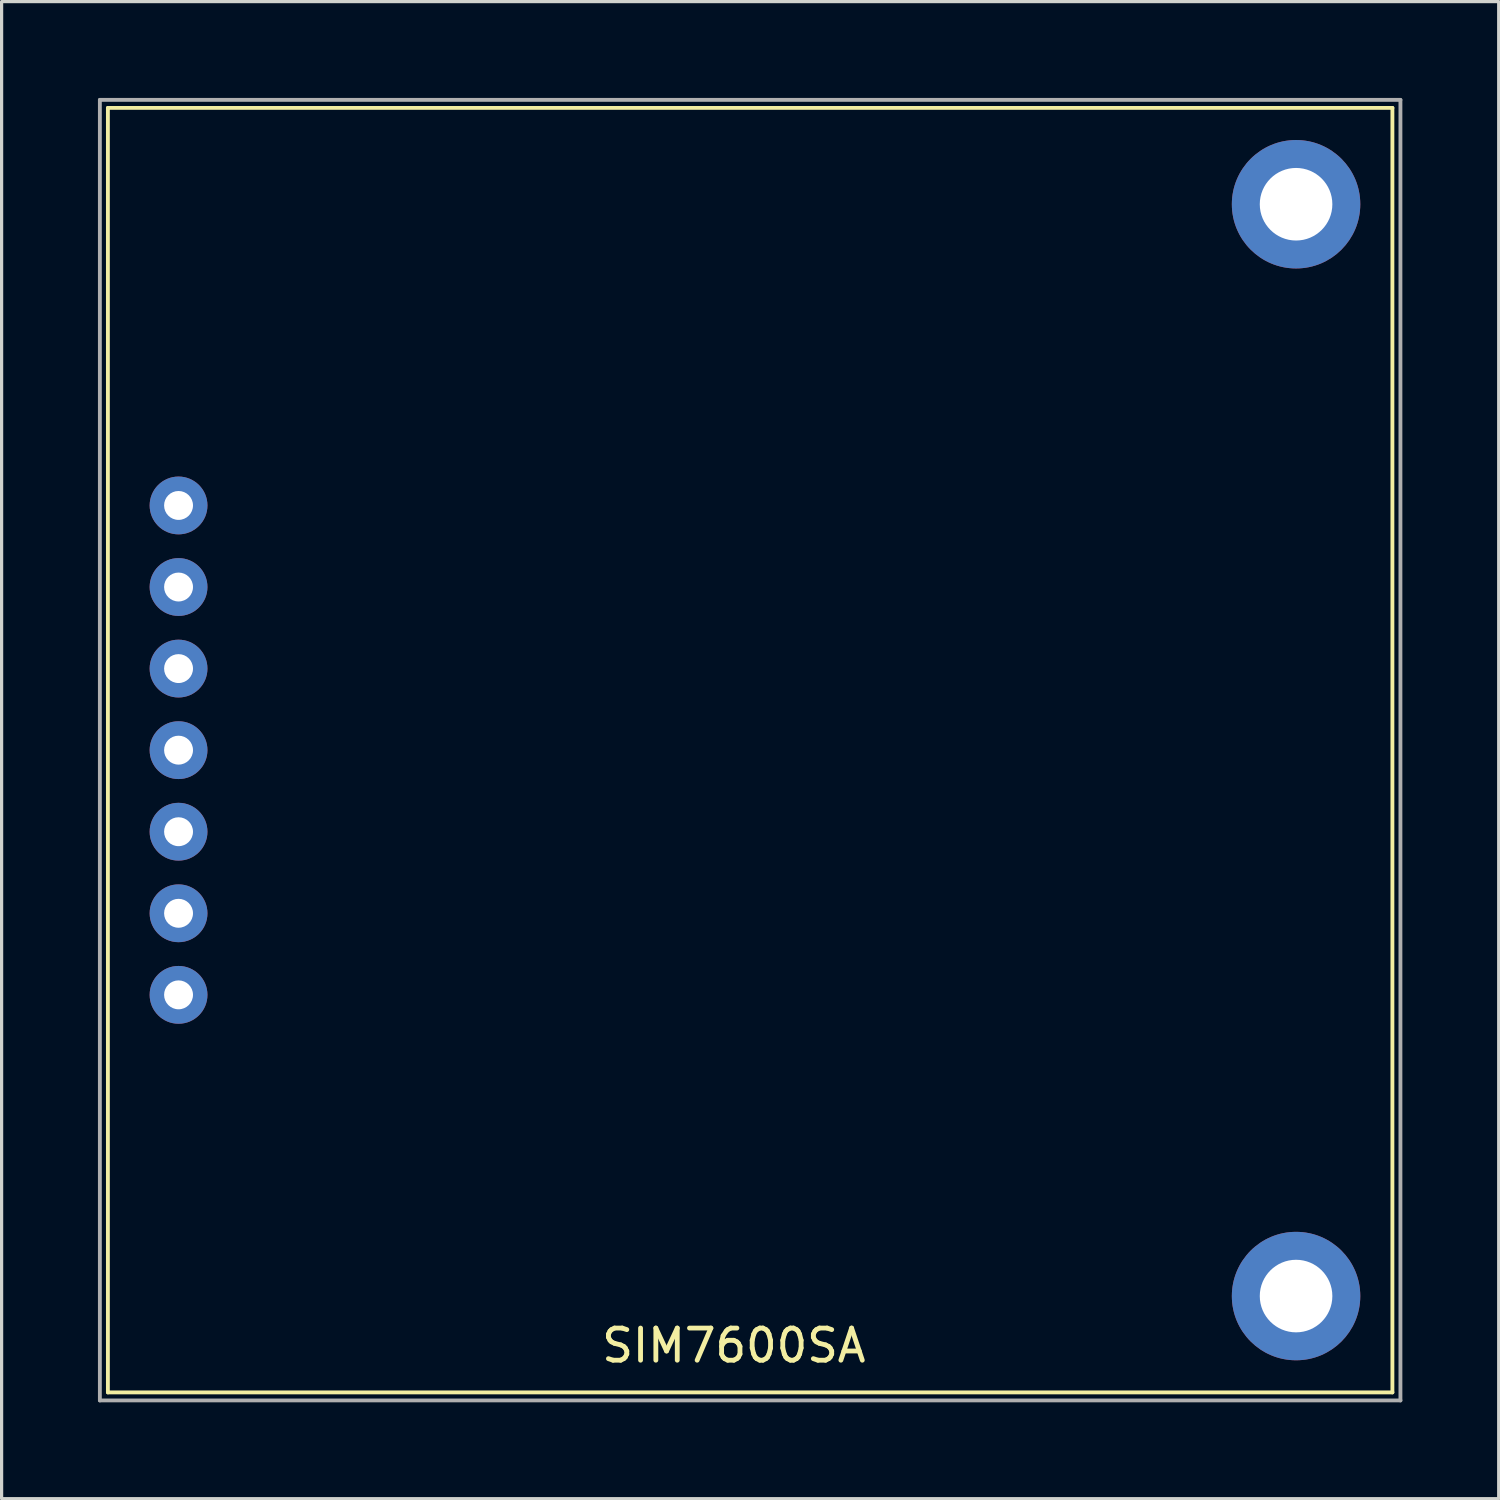
<source format=kicad_pcb>
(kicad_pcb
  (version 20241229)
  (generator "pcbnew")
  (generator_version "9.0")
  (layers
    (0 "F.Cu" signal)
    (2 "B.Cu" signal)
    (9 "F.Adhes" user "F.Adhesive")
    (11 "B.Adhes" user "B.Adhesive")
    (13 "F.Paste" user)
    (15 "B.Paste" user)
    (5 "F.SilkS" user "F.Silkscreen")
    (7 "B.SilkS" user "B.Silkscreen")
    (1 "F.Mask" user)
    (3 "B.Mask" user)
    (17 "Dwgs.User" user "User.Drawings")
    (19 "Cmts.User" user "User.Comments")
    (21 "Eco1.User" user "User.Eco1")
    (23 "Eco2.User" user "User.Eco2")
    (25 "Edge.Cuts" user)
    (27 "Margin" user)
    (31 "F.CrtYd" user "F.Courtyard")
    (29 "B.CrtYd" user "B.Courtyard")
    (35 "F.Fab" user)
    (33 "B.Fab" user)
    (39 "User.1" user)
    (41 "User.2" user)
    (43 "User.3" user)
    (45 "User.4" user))
  (footprint "SIM7600SA"
    (layer "F.Cu")
    (at 20.31 20.31)
    (property "Reference" "SIM7600SA" (at -0.508 18.542 0) (layer "F.SilkS") (effects (font (size 1 1) (thickness 0.15))))
    (attr through_hole)
    (fp_line (start -20 -20) (end 20 -20) (stroke (width 0.12) (type solid)) (layer "F.SilkS"))
    (fp_line (start -20 20) (end -20 -20) (stroke (width 0.12) (type solid)) (layer "F.SilkS"))
    (fp_line (start 20 -20) (end 20 20) (stroke (width 0.12) (type solid)) (layer "F.SilkS"))
    (fp_line (start 20 20) (end -20 20) (stroke (width 0.12) (type solid)) (layer "F.SilkS"))
    (fp_line (start -20.25 -20.25) (end 20.25 -20.25) (stroke (width 0.12) (type solid)) (layer "F.Fab"))
    (fp_line (start -20.25 20.25) (end -20.25 -20.25) (stroke (width 0.12) (type solid)) (layer "F.Fab"))
    (fp_line (start 20.25 -20.25) (end 20.25 20.25) (stroke (width 0.12) (type solid)) (layer "F.Fab"))
    (fp_line (start 20.25 20.25) (end -20.25 20.25) (stroke (width 0.12) (type solid)) (layer "F.Fab"))
    (pad "1" thru_hole circle (at -17.8 -7.62) (size 1.8 1.8) (drill 0.9) (layers "*.Cu" "*.Mask"))
    (pad "1" thru_hole circle (at 17 -17) (size 4 4) (drill 2.26) (layers "*.Cu" "*.Mask"))
    (pad "1" thru_hole circle (at 17 17) (size 4 4) (drill 2.26) (layers "*.Cu" "*.Mask"))
    (pad "2" thru_hole circle (at -17.8 -5.08) (size 1.8 1.8) (drill 0.9) (layers "*.Cu" "*.Mask"))
    (pad "3" thru_hole circle (at -17.8 -2.54) (size 1.8 1.8) (drill 0.9) (layers "*.Cu" "*.Mask"))
    (pad "4" thru_hole circle (at -17.8 0) (size 1.8 1.8) (drill 0.9) (layers "*.Cu" "*.Mask"))
    (pad "5" thru_hole circle (at -17.8 2.54) (size 1.8 1.8) (drill 0.9) (layers "*.Cu" "*.Mask"))
    (pad "6" thru_hole circle (at -17.8 5.08) (size 1.8 1.8) (drill 0.9) (layers "*.Cu" "*.Mask"))
    (pad "7" thru_hole circle (at -17.8 7.62) (size 1.8 1.8) (drill 0.9) (layers "*.Cu" "*.Mask")))
  (gr_rect
    (start -3 -3)
    (end 43.62 43.62)
    (stroke (width 0.1) (type default))
    (fill no)
    (layer "Edge.Cuts")))
</source>
